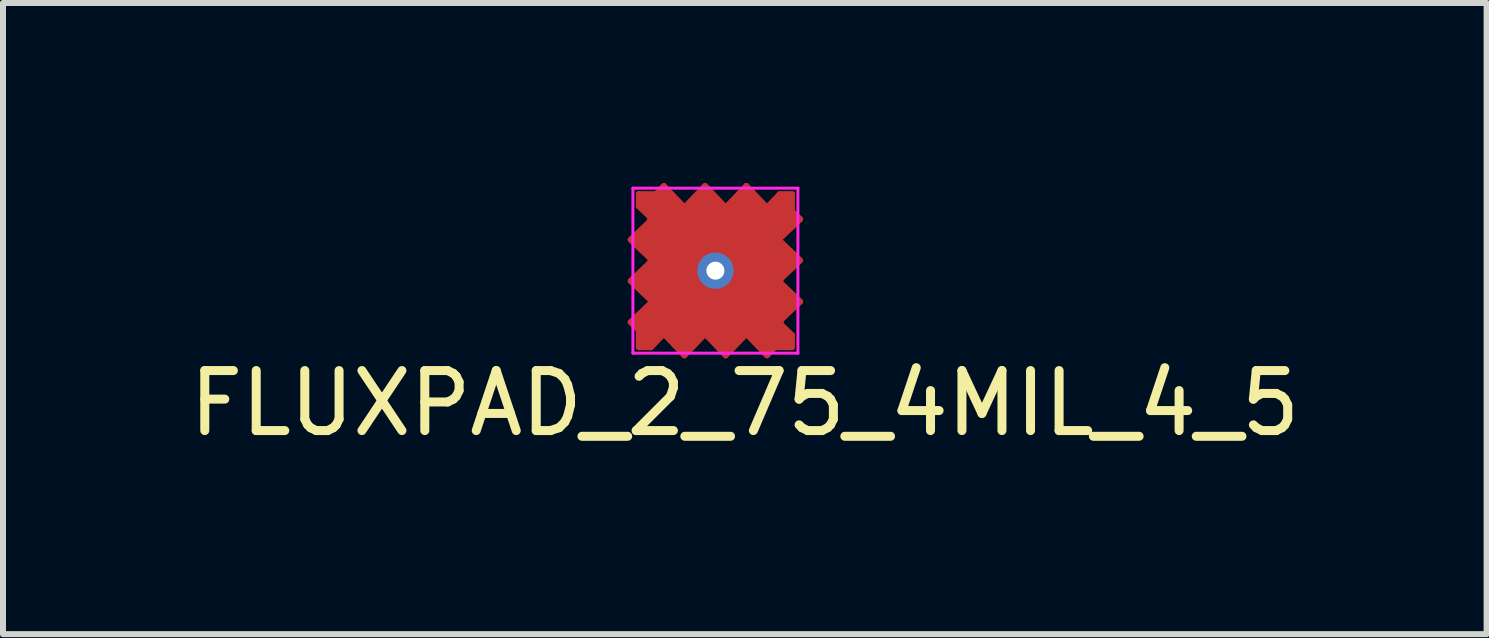
<source format=kicad_pcb>
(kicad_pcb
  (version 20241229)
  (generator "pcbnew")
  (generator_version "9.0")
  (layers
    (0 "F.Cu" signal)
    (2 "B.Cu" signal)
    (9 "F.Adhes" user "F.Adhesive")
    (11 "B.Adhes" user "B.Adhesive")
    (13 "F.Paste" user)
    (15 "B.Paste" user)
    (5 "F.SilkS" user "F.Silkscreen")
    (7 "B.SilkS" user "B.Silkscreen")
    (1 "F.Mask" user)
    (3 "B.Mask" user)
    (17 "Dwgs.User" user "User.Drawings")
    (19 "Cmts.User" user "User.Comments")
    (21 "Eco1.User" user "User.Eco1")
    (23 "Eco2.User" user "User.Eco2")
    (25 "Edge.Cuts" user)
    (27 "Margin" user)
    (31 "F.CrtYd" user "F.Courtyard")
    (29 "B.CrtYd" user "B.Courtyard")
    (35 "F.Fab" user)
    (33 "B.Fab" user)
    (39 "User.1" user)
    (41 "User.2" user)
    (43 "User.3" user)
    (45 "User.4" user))
  (footprint "FLUXPAD_2_75_4MIL_4_5"
    (layer "F.Cu")
    (at 8.873 1.461)
    (property "Reference" "FLUXPAD_2_75_4MIL_4_5" (at 0.49 2.21 0) (layer "F.SilkS") (effects (font (size 1 1) (thickness 0.15))))
    (attr through_hole)
    (fp_line (start -1.411 -0.516) (end -1.051 -0.859) (stroke (width 0.1) (type solid)) (layer "F.Cu"))
    (fp_line (start -1.411 0.172) (end -1.051 -0.172) (stroke (width 0.1) (type solid)) (layer "F.Cu"))
    (fp_line (start -1.411 0.859) (end -1.275 0.989) (stroke (width 0.1) (type solid)) (layer "F.Cu"))
    (fp_line (start -1.411 0.859) (end -1.051 0.516) (stroke (width 0.1) (type solid)) (layer "F.Cu"))
    (fp_line (start -1.3 -0.52) (end -1.17 -0.64) (stroke (width 0.15) (type solid)) (layer "F.Cu"))
    (fp_line (start -1.29 0.17) (end -1.16 0.05) (stroke (width 0.15) (type solid)) (layer "F.Cu"))
    (fp_line (start -1.275 -1.275) (end -1.275 -1.074) (stroke (width 0.1) (type solid)) (layer "F.Cu"))
    (fp_line (start -1.275 -1.074) (end -1.051 -0.859) (stroke (width 0.1) (type solid)) (layer "F.Cu"))
    (fp_line (start -1.275 0.989) (end -1.275 1.275) (stroke (width 0.1) (type solid)) (layer "F.Cu"))
    (fp_line (start -1.275 1.275) (end -1.074 1.275) (stroke (width 0.1) (type solid)) (layer "F.Cu"))
    (fp_line (start -1.18 1.17) (end -1.17 0.72) (stroke (width 0.15) (type solid)) (layer "F.Cu"))
    (fp_line (start -1.17 -1.18) (end -0.72 -1.17) (stroke (width 0.15) (type solid)) (layer "F.Cu"))
    (fp_line (start -1.17 -1.07) (end -1.17 -1.18) (stroke (width 0.15) (type solid)) (layer "F.Cu"))
    (fp_line (start -1.17 -0.64) (end -1.17 -0.39) (stroke (width 0.15) (type solid)) (layer "F.Cu"))
    (fp_line (start -1.17 -0.39) (end -1.3 -0.52) (stroke (width 0.15) (type solid)) (layer "F.Cu"))
    (fp_line (start -1.17 0.72) (end -1.27 0.88) (stroke (width 0.15) (type solid)) (layer "F.Cu"))
    (fp_line (start -1.16 0.05) (end -1.16 0.3) (stroke (width 0.15) (type solid)) (layer "F.Cu"))
    (fp_line (start -1.16 0.3) (end -1.29 0.17) (stroke (width 0.15) (type solid)) (layer "F.Cu"))
    (fp_line (start -1.074 1.275) (end -0.859 1.051) (stroke (width 0.1) (type solid)) (layer "F.Cu"))
    (fp_line (start -1.07 1.17) (end -1.18 1.17) (stroke (width 0.15) (type solid)) (layer "F.Cu"))
    (fp_line (start -1.051 -0.172) (end -1.411 -0.516) (stroke (width 0.1) (type solid)) (layer "F.Cu"))
    (fp_line (start -1.051 0.516) (end -1.411 0.172) (stroke (width 0.1) (type solid)) (layer "F.Cu"))
    (fp_line (start -1 -1) (end -0.6 -1) (stroke (width 0.3) (type solid)) (layer "F.Cu"))
    (fp_line (start -1 -0.8) (end -1 -0.3) (stroke (width 0.3) (type solid)) (layer "F.Cu"))
    (fp_line (start -1 -0.1) (end -1 0.4) (stroke (width 0.3) (type solid)) (layer "F.Cu"))
    (fp_line (start -1 0.7) (end -1 1) (stroke (width 0.3) (type solid)) (layer "F.Cu"))
    (fp_line (start -0.989 -1.275) (end -1.275 -1.275) (stroke (width 0.1) (type solid)) (layer "F.Cu"))
    (fp_line (start -0.859 -1.411) (end -0.516 -1.051) (stroke (width 0.1) (type solid)) (layer "F.Cu"))
    (fp_line (start -0.859 -1.411) (end -0.989 -1.275) (stroke (width 0.1) (type solid)) (layer "F.Cu"))
    (fp_line (start -0.8 -0.7) (end 0.8 -0.7) (stroke (width 0.6) (type solid)) (layer "F.Cu"))
    (fp_line (start -0.8 0.7) (end -0.8 -0.7) (stroke (width 0.6) (type solid)) (layer "F.Cu"))
    (fp_line (start -0.72 -1.17) (end -0.88 -1.27) (stroke (width 0.15) (type solid)) (layer "F.Cu"))
    (fp_line (start -0.7 1) (end -0.3 1) (stroke (width 0.3) (type solid)) (layer "F.Cu"))
    (fp_line (start -0.64 1.17) (end -0.39 1.17) (stroke (width 0.15) (type solid)) (layer "F.Cu"))
    (fp_line (start -0.52 1.3) (end -0.64 1.17) (stroke (width 0.15) (type solid)) (layer "F.Cu"))
    (fp_line (start -0.516 -1.051) (end -0.172 -1.411) (stroke (width 0.1) (type solid)) (layer "F.Cu"))
    (fp_line (start -0.516 1.411) (end -0.859 1.051) (stroke (width 0.1) (type solid)) (layer "F.Cu"))
    (fp_line (start -0.4 -1) (end 0 -1) (stroke (width 0.3) (type solid)) (layer "F.Cu"))
    (fp_line (start -0.4 -0.3) (end 0.4 -0.3) (stroke (width 0.3) (type solid)) (layer "F.Cu"))
    (fp_line (start -0.4 0.3) (end -0.4 -0.3) (stroke (width 0.3) (type solid)) (layer "F.Cu"))
    (fp_line (start -0.39 1.17) (end -0.52 1.3) (stroke (width 0.15) (type solid)) (layer "F.Cu"))
    (fp_line (start -0.3 -1.16) (end -0.17 -1.29) (stroke (width 0.15) (type solid)) (layer "F.Cu"))
    (fp_line (start -0.172 -1.411) (end 0.172 -1.051) (stroke (width 0.1) (type solid)) (layer "F.Cu"))
    (fp_line (start -0.172 1.051) (end -0.516 1.411) (stroke (width 0.1) (type solid)) (layer "F.Cu"))
    (fp_line (start -0.17 -1.29) (end -0.05 -1.16) (stroke (width 0.15) (type solid)) (layer "F.Cu"))
    (fp_line (start -0.05 -1.16) (end -0.3 -1.16) (stroke (width 0.15) (type solid)) (layer "F.Cu"))
    (fp_line (start 0 1) (end 0.4 1) (stroke (width 0.3) (type solid)) (layer "F.Cu"))
    (fp_line (start 0.05 1.16) (end 0.3 1.16) (stroke (width 0.15) (type solid)) (layer "F.Cu"))
    (fp_line (start 0.17 1.29) (end 0.05 1.16) (stroke (width 0.15) (type solid)) (layer "F.Cu"))
    (fp_line (start 0.172 -1.051) (end 0.516 -1.411) (stroke (width 0.1) (type solid)) (layer "F.Cu"))
    (fp_line (start 0.172 1.411) (end -0.172 1.051) (stroke (width 0.1) (type solid)) (layer "F.Cu"))
    (fp_line (start 0.3 -1) (end 0.7 -1) (stroke (width 0.3) (type solid)) (layer "F.Cu"))
    (fp_line (start 0.3 1.16) (end 0.17 1.29) (stroke (width 0.15) (type solid)) (layer "F.Cu"))
    (fp_line (start 0.39 -1.17) (end 0.52 -1.3) (stroke (width 0.15) (type solid)) (layer "F.Cu"))
    (fp_line (start 0.4 -0.3) (end 0.4 0.3) (stroke (width 0.3) (type solid)) (layer "F.Cu"))
    (fp_line (start 0.4 0.3) (end -0.4 0.3) (stroke (width 0.3) (type solid)) (layer "F.Cu"))
    (fp_line (start 0.516 -1.411) (end 0.859 -1.051) (stroke (width 0.1) (type solid)) (layer "F.Cu"))
    (fp_line (start 0.516 1.051) (end 0.172 1.411) (stroke (width 0.1) (type solid)) (layer "F.Cu"))
    (fp_line (start 0.52 -1.3) (end 0.64 -1.17) (stroke (width 0.15) (type solid)) (layer "F.Cu"))
    (fp_line (start 0.6 1) (end 1 1) (stroke (width 0.3) (type solid)) (layer "F.Cu"))
    (fp_line (start 0.64 -1.17) (end 0.39 -1.17) (stroke (width 0.15) (type solid)) (layer "F.Cu"))
    (fp_line (start 0.72 1.17) (end 0.88 1.27) (stroke (width 0.15) (type solid)) (layer "F.Cu"))
    (fp_line (start 0.8 -0.7) (end 0.8 0.7) (stroke (width 0.6) (type solid)) (layer "F.Cu"))
    (fp_line (start 0.8 0.7) (end -0.8 0.7) (stroke (width 0.6) (type solid)) (layer "F.Cu"))
    (fp_line (start 0.859 1.411) (end 0.989 1.275) (stroke (width 0.1) (type solid)) (layer "F.Cu"))
    (fp_line (start 0.859 1.411) (end 0.516 1.051) (stroke (width 0.1) (type solid)) (layer "F.Cu"))
    (fp_line (start 0.989 1.275) (end 1.275 1.275) (stroke (width 0.1) (type solid)) (layer "F.Cu"))
    (fp_line (start 1 -1) (end 1 -0.7) (stroke (width 0.3) (type solid)) (layer "F.Cu"))
    (fp_line (start 1 -0.4) (end 1 0.1) (stroke (width 0.3) (type solid)) (layer "F.Cu"))
    (fp_line (start 1 0.3) (end 1 0.8) (stroke (width 0.3) (type solid)) (layer "F.Cu"))
    (fp_line (start 1.051 -0.516) (end 1.411 -0.172) (stroke (width 0.1) (type solid)) (layer "F.Cu"))
    (fp_line (start 1.051 0.172) (end 1.411 0.516) (stroke (width 0.1) (type solid)) (layer "F.Cu"))
    (fp_line (start 1.07 -1.17) (end 1.18 -1.17) (stroke (width 0.15) (type solid)) (layer "F.Cu"))
    (fp_line (start 1.074 -1.275) (end 0.859 -1.051) (stroke (width 0.1) (type solid)) (layer "F.Cu"))
    (fp_line (start 1.16 -0.3) (end 1.29 -0.17) (stroke (width 0.15) (type solid)) (layer "F.Cu"))
    (fp_line (start 1.16 -0.05) (end 1.16 -0.3) (stroke (width 0.15) (type solid)) (layer "F.Cu"))
    (fp_line (start 1.17 -0.72) (end 1.27 -0.88) (stroke (width 0.15) (type solid)) (layer "F.Cu"))
    (fp_line (start 1.17 0.39) (end 1.3 0.52) (stroke (width 0.15) (type solid)) (layer "F.Cu"))
    (fp_line (start 1.17 0.64) (end 1.17 0.39) (stroke (width 0.15) (type solid)) (layer "F.Cu"))
    (fp_line (start 1.17 1.07) (end 1.17 1.18) (stroke (width 0.15) (type solid)) (layer "F.Cu"))
    (fp_line (start 1.17 1.18) (end 0.72 1.17) (stroke (width 0.15) (type solid)) (layer "F.Cu"))
    (fp_line (start 1.18 -1.17) (end 1.17 -0.72) (stroke (width 0.15) (type solid)) (layer "F.Cu"))
    (fp_line (start 1.275 -1.275) (end 1.074 -1.275) (stroke (width 0.1) (type solid)) (layer "F.Cu"))
    (fp_line (start 1.275 -0.989) (end 1.275 -1.275) (stroke (width 0.1) (type solid)) (layer "F.Cu"))
    (fp_line (start 1.275 1.074) (end 1.051 0.859) (stroke (width 0.1) (type solid)) (layer "F.Cu"))
    (fp_line (start 1.275 1.275) (end 1.275 1.074) (stroke (width 0.1) (type solid)) (layer "F.Cu"))
    (fp_line (start 1.29 -0.17) (end 1.16 -0.05) (stroke (width 0.15) (type solid)) (layer "F.Cu"))
    (fp_line (start 1.3 0.52) (end 1.17 0.64) (stroke (width 0.15) (type solid)) (layer "F.Cu"))
    (fp_line (start 1.411 -0.859) (end 1.051 -0.516) (stroke (width 0.1) (type solid)) (layer "F.Cu"))
    (fp_line (start 1.411 -0.859) (end 1.275 -0.989) (stroke (width 0.1) (type solid)) (layer "F.Cu"))
    (fp_line (start 1.411 -0.172) (end 1.051 0.172) (stroke (width 0.1) (type solid)) (layer "F.Cu"))
    (fp_line (start 1.411 0.516) (end 1.051 0.859) (stroke (width 0.1) (type solid)) (layer "F.Cu"))
    (fp_line (start -1.375 -1.375) (end -1.375 1.375) (stroke (width 0.05) (type solid)) (layer "F.CrtYd"))
    (fp_line (start -1.375 -1.375) (end 1.375 -1.375) (stroke (width 0.05) (type solid)) (layer "F.CrtYd"))
    (fp_line (start -1.375 1.375) (end 1.375 1.375) (stroke (width 0.05) (type solid)) (layer "F.CrtYd"))
    (fp_line (start 1.375 -1.375) (end 1.375 1.375) (stroke (width 0.05) (type solid)) (layer "F.CrtYd"))
    (pad "1" thru_hole circle (at 0 0) (size 0.605 0.605) (drill 0.3) (layers "*.Cu" "*.Paste" "*.Mask")))
  (gr_rect
    (start -3 -3)
    (end 21.726 7.519)
    (stroke (width 0.1) (type default))
    (fill no)
    (layer "Edge.Cuts")))
</source>
